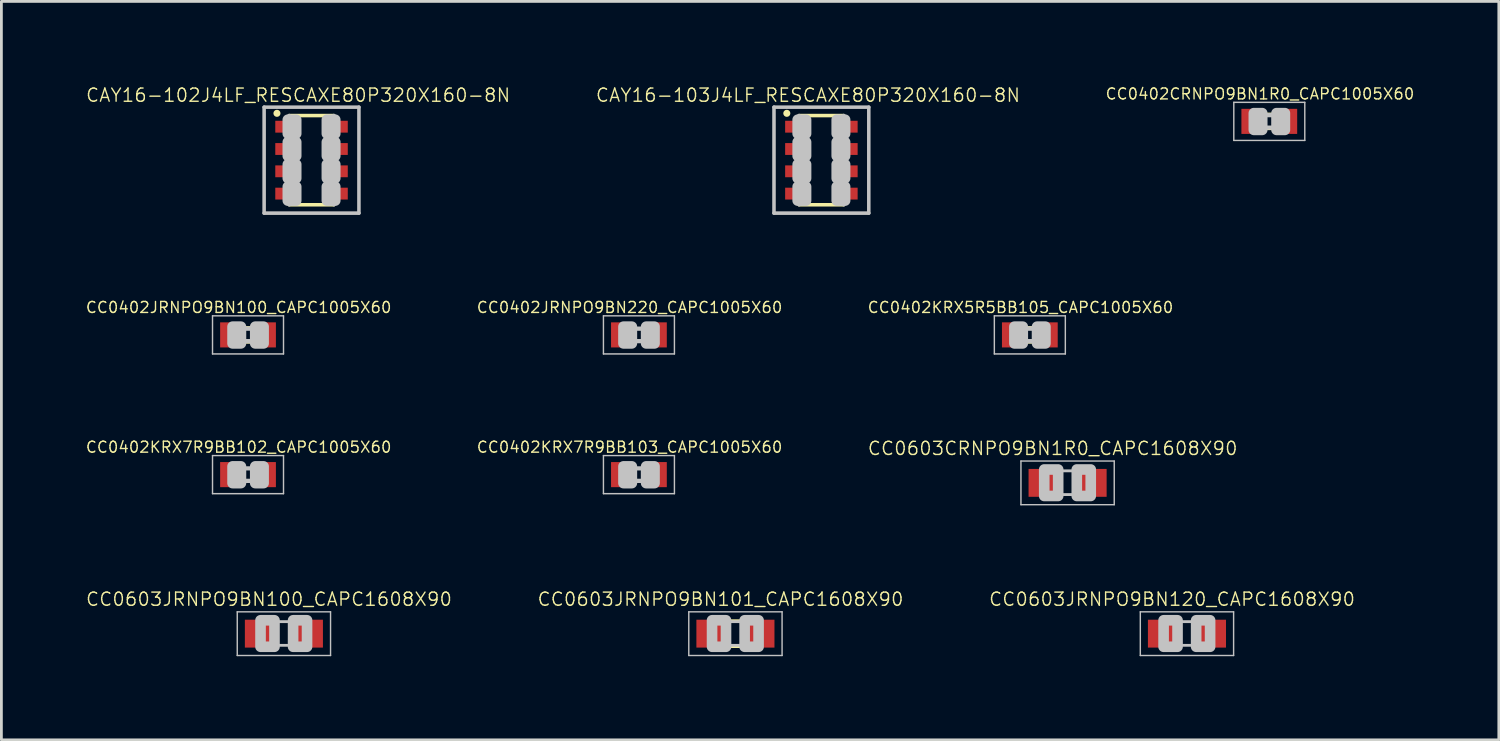
<source format=kicad_pcb>
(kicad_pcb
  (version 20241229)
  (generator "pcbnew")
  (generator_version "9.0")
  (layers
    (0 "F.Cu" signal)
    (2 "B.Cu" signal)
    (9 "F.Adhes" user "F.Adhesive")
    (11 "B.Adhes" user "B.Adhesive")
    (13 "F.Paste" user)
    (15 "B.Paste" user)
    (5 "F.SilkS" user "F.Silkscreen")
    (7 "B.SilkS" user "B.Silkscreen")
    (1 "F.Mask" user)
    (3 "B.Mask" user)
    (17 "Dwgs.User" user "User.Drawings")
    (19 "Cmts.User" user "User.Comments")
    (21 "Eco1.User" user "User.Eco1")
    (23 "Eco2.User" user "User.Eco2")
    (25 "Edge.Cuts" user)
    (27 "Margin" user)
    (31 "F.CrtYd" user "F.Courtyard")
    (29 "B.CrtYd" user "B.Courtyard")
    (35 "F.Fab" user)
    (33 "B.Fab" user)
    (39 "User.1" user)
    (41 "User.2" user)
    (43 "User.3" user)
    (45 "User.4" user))
  (footprint "CC0402CRNPO9BN1R0_CAPC1005X60"
    (layer "F.Cu")
    (at 42.473 1.303)
    (property "Reference" "CC0402CRNPO9BN1R0_CAPC1005X60" (at -0.335 -0.985 0) (layer "F.SilkS") (effects (font (size 0.394 0.394) (thickness 0.05))))
    (attr smd)
    (fp_line (start -0.15 -0.25) (end 0.15 -0.25) (stroke (width 0.127) (type solid)) (layer "F.SilkS"))
    (fp_line (start -0.15 0.25) (end 0.15 0.25) (stroke (width 0.127) (type solid)) (layer "F.SilkS"))
    (fp_line (start -1.273 -0.683) (end 1.273 -0.683) (stroke (width 0.051) (type solid)) (layer "Dwgs.User"))
    (fp_line (start -1.273 0.683) (end -1.273 -0.683) (stroke (width 0.051) (type solid)) (layer "Dwgs.User"))
    (fp_line (start -0.245 -0.224) (end 0.245 -0.224) (stroke (width 0.152) (type solid)) (layer "Dwgs.User"))
    (fp_line (start 0.245 0.224) (end -0.245 0.224) (stroke (width 0.152) (type solid)) (layer "Dwgs.User"))
    (fp_line (start 1.273 -0.683) (end 1.273 0.683) (stroke (width 0.051) (type solid)) (layer "Dwgs.User"))
    (fp_line (start 1.273 0.683) (end -1.273 0.683) (stroke (width 0.051) (type solid)) (layer "Dwgs.User"))
    (fp_poly (pts (xy -0.554 -0.295) (xy -0.254 -0.295) (xy -0.254 0.305) (xy -0.554 0.305)) (stroke (width 0.381) (type solid)) (fill no) (layer "Dwgs.User"))
    (fp_poly (pts (xy 0.259 -0.295) (xy 0.559 -0.295) (xy 0.559 0.305) (xy 0.259 0.305)) (stroke (width 0.381) (type solid)) (fill no) (layer "Dwgs.User"))
    (pad "1" smd rect (at -0.65 0) (size 0.7 0.9) (layers "F.Cu" "F.Mask" "F.Paste"))
    (pad "2" smd rect (at 0.65 0) (size 0.7 0.9) (layers "F.Cu" "F.Mask" "F.Paste")))
  (footprint "CC0603JRNPO9BN101_CAPC1608X90"
    (layer "F.Cu")
    (at 23.326 19.676)
    (property "Reference" "CC0603JRNPO9BN101_CAPC1608X90" (at -0.535 -1.235 0) (layer "F.SilkS") (effects (font (size 0.472 0.472) (thickness 0.05))))
    (attr smd)
    (fp_line (start -0.15 -0.45) (end 0.15 -0.45) (stroke (width 0.127) (type solid)) (layer "F.SilkS"))
    (fp_line (start -0.15 0.45) (end 0.15 0.45) (stroke (width 0.127) (type solid)) (layer "F.SilkS"))
    (fp_line (start -1.673 -0.783) (end 1.673 -0.783) (stroke (width 0.051) (type solid)) (layer "Dwgs.User"))
    (fp_line (start -1.673 0.783) (end -1.673 -0.783) (stroke (width 0.051) (type solid)) (layer "Dwgs.User"))
    (fp_line (start -0.356 -0.432) (end 0.356 -0.432) (stroke (width 0.102) (type solid)) (layer "Dwgs.User"))
    (fp_line (start -0.356 0.419) (end 0.356 0.419) (stroke (width 0.102) (type solid)) (layer "Dwgs.User"))
    (fp_line (start 1.673 -0.783) (end 1.673 0.783) (stroke (width 0.051) (type solid)) (layer "Dwgs.User"))
    (fp_line (start 1.673 0.783) (end -1.673 0.783) (stroke (width 0.051) (type solid)) (layer "Dwgs.User"))
    (fp_poly (pts (xy -0.838 -0.48) (xy -0.338 -0.48) (xy -0.338 0.47) (xy -0.838 0.47)) (stroke (width 0.381) (type solid)) (fill no) (layer "Dwgs.User"))
    (fp_poly (pts (xy 0.33 -0.48) (xy 0.83 -0.48) (xy 0.83 0.47) (xy 0.33 0.47)) (stroke (width 0.381) (type solid)) (fill no) (layer "Dwgs.User"))
    (pad "1" smd rect (at -0.85 0) (size 1.1 1) (layers "F.Cu" "F.Mask" "F.Paste"))
    (pad "2" smd rect (at 0.85 0) (size 1.1 1) (layers "F.Cu" "F.Mask" "F.Paste")))
  (footprint "CC0603CRNPO9BN1R0_CAPC1608X90"
    (layer "F.Cu")
    (at 35.239 14.268)
    (property "Reference" "CC0603CRNPO9BN1R0_CAPC1608X90" (at -0.535 -1.235 0) (layer "F.SilkS") (effects (font (size 0.472 0.472) (thickness 0.05))))
    (attr smd)
    (fp_line (start -1.673 -0.783) (end 1.673 -0.783) (stroke (width 0.051) (type solid)) (layer "Dwgs.User"))
    (fp_line (start -1.673 0.783) (end -1.673 -0.783) (stroke (width 0.051) (type solid)) (layer "Dwgs.User"))
    (fp_line (start -0.356 -0.432) (end 0.356 -0.432) (stroke (width 0.102) (type solid)) (layer "Dwgs.User"))
    (fp_line (start -0.356 0.419) (end 0.356 0.419) (stroke (width 0.102) (type solid)) (layer "Dwgs.User"))
    (fp_line (start 1.673 -0.783) (end 1.673 0.783) (stroke (width 0.051) (type solid)) (layer "Dwgs.User"))
    (fp_line (start 1.673 0.783) (end -1.673 0.783) (stroke (width 0.051) (type solid)) (layer "Dwgs.User"))
    (fp_poly (pts (xy -0.838 -0.48) (xy -0.338 -0.48) (xy -0.338 0.47) (xy -0.838 0.47)) (stroke (width 0.381) (type solid)) (fill no) (layer "Dwgs.User"))
    (fp_poly (pts (xy 0.33 -0.48) (xy 0.83 -0.48) (xy 0.83 0.47) (xy 0.33 0.47)) (stroke (width 0.381) (type solid)) (fill no) (layer "Dwgs.User"))
    (pad "1" smd rect (at -0.85 0) (size 1.1 1) (layers "F.Cu" "F.Mask" "F.Paste"))
    (pad "2" smd rect (at 0.85 0) (size 1.1 1) (layers "F.Cu" "F.Mask" "F.Paste")))
  (footprint "CC0402KRX7R9BB102_CAPC1005X60"
    (layer "F.Cu")
    (at 5.845 13.972)
    (property "Reference" "CC0402KRX7R9BB102_CAPC1005X60" (at -0.335 -0.985 0) (layer "F.SilkS") (effects (font (size 0.394 0.394) (thickness 0.05))))
    (attr smd)
    (fp_line (start -1.273 -0.683) (end 1.273 -0.683) (stroke (width 0.051) (type solid)) (layer "Dwgs.User"))
    (fp_line (start -1.273 0.683) (end -1.273 -0.683) (stroke (width 0.051) (type solid)) (layer "Dwgs.User"))
    (fp_line (start -0.245 -0.224) (end 0.245 -0.224) (stroke (width 0.152) (type solid)) (layer "Dwgs.User"))
    (fp_line (start 0.245 0.224) (end -0.245 0.224) (stroke (width 0.152) (type solid)) (layer "Dwgs.User"))
    (fp_line (start 1.273 -0.683) (end 1.273 0.683) (stroke (width 0.051) (type solid)) (layer "Dwgs.User"))
    (fp_line (start 1.273 0.683) (end -1.273 0.683) (stroke (width 0.051) (type solid)) (layer "Dwgs.User"))
    (fp_poly (pts (xy -0.554 -0.295) (xy -0.254 -0.295) (xy -0.254 0.305) (xy -0.554 0.305)) (stroke (width 0.381) (type solid)) (fill no) (layer "Dwgs.User"))
    (fp_poly (pts (xy 0.259 -0.295) (xy 0.559 -0.295) (xy 0.559 0.305) (xy 0.259 0.305)) (stroke (width 0.381) (type solid)) (fill no) (layer "Dwgs.User"))
    (pad "1" smd rect (at -0.65 0) (size 0.7 0.9) (layers "F.Cu" "F.Mask" "F.Paste"))
    (pad "2" smd rect (at 0.65 0) (size 0.7 0.9) (layers "F.Cu" "F.Mask" "F.Paste")))
  (footprint "CC0402JRNPO9BN220_CAPC1005X60"
    (layer "F.Cu")
    (at 19.865 8.961)
    (property "Reference" "CC0402JRNPO9BN220_CAPC1005X60" (at -0.335 -0.985 0) (layer "F.SilkS") (effects (font (size 0.394 0.394) (thickness 0.05))))
    (attr smd)
    (fp_line (start -1.273 -0.683) (end 1.273 -0.683) (stroke (width 0.051) (type solid)) (layer "Dwgs.User"))
    (fp_line (start -1.273 0.683) (end -1.273 -0.683) (stroke (width 0.051) (type solid)) (layer "Dwgs.User"))
    (fp_line (start -0.245 -0.224) (end 0.245 -0.224) (stroke (width 0.152) (type solid)) (layer "Dwgs.User"))
    (fp_line (start 0.245 0.224) (end -0.245 0.224) (stroke (width 0.152) (type solid)) (layer "Dwgs.User"))
    (fp_line (start 1.273 -0.683) (end 1.273 0.683) (stroke (width 0.051) (type solid)) (layer "Dwgs.User"))
    (fp_line (start 1.273 0.683) (end -1.273 0.683) (stroke (width 0.051) (type solid)) (layer "Dwgs.User"))
    (fp_poly (pts (xy -0.554 -0.295) (xy -0.254 -0.295) (xy -0.254 0.305) (xy -0.554 0.305)) (stroke (width 0.381) (type solid)) (fill no) (layer "Dwgs.User"))
    (fp_poly (pts (xy 0.259 -0.295) (xy 0.559 -0.295) (xy 0.559 0.305) (xy 0.259 0.305)) (stroke (width 0.381) (type solid)) (fill no) (layer "Dwgs.User"))
    (pad "1" smd rect (at -0.65 0) (size 0.7 0.9) (layers "F.Cu" "F.Mask" "F.Paste"))
    (pad "2" smd rect (at 0.65 0) (size 0.7 0.9) (layers "F.Cu" "F.Mask" "F.Paste")))
  (footprint "CC0402KRX5R5BB105_CAPC1005X60"
    (layer "F.Cu")
    (at 33.885 8.961)
    (property "Reference" "CC0402KRX5R5BB105_CAPC1005X60" (at -0.335 -0.985 0) (layer "F.SilkS") (effects (font (size 0.394 0.394) (thickness 0.05))))
    (attr smd)
    (fp_line (start -0.15 -0.25) (end 0.15 -0.25) (stroke (width 0.127) (type solid)) (layer "F.SilkS"))
    (fp_line (start -0.15 0.25) (end 0.15 0.25) (stroke (width 0.127) (type solid)) (layer "F.SilkS"))
    (fp_line (start -1.273 -0.683) (end 1.273 -0.683) (stroke (width 0.051) (type solid)) (layer "Dwgs.User"))
    (fp_line (start -1.273 0.683) (end -1.273 -0.683) (stroke (width 0.051) (type solid)) (layer "Dwgs.User"))
    (fp_line (start -0.245 -0.224) (end 0.245 -0.224) (stroke (width 0.152) (type solid)) (layer "Dwgs.User"))
    (fp_line (start 0.245 0.224) (end -0.245 0.224) (stroke (width 0.152) (type solid)) (layer "Dwgs.User"))
    (fp_line (start 1.273 -0.683) (end 1.273 0.683) (stroke (width 0.051) (type solid)) (layer "Dwgs.User"))
    (fp_line (start 1.273 0.683) (end -1.273 0.683) (stroke (width 0.051) (type solid)) (layer "Dwgs.User"))
    (fp_poly (pts (xy -0.554 -0.295) (xy -0.254 -0.295) (xy -0.254 0.305) (xy -0.554 0.305)) (stroke (width 0.381) (type solid)) (fill no) (layer "Dwgs.User"))
    (fp_poly (pts (xy 0.259 -0.295) (xy 0.559 -0.295) (xy 0.559 0.305) (xy 0.259 0.305)) (stroke (width 0.381) (type solid)) (fill no) (layer "Dwgs.User"))
    (pad "1" smd rect (at -0.65 0) (size 0.7 0.9) (layers "F.Cu" "F.Mask" "F.Paste"))
    (pad "2" smd rect (at 0.65 0) (size 0.7 0.9) (layers "F.Cu" "F.Mask" "F.Paste")))
  (footprint "CC0402JRNPO9BN100_CAPC1005X60"
    (layer "F.Cu")
    (at 5.845 8.961)
    (property "Reference" "CC0402JRNPO9BN100_CAPC1005X60" (at -0.335 -0.985 0) (layer "F.SilkS") (effects (font (size 0.394 0.394) (thickness 0.05))))
    (attr smd)
    (fp_line (start -0.15 -0.25) (end 0.15 -0.25) (stroke (width 0.127) (type solid)) (layer "F.SilkS"))
    (fp_line (start -0.15 0.25) (end 0.15 0.25) (stroke (width 0.127) (type solid)) (layer "F.SilkS"))
    (fp_line (start -1.273 -0.683) (end 1.273 -0.683) (stroke (width 0.051) (type solid)) (layer "Dwgs.User"))
    (fp_line (start -1.273 0.683) (end -1.273 -0.683) (stroke (width 0.051) (type solid)) (layer "Dwgs.User"))
    (fp_line (start -0.245 -0.224) (end 0.245 -0.224) (stroke (width 0.152) (type solid)) (layer "Dwgs.User"))
    (fp_line (start 0.245 0.224) (end -0.245 0.224) (stroke (width 0.152) (type solid)) (layer "Dwgs.User"))
    (fp_line (start 1.273 -0.683) (end 1.273 0.683) (stroke (width 0.051) (type solid)) (layer "Dwgs.User"))
    (fp_line (start 1.273 0.683) (end -1.273 0.683) (stroke (width 0.051) (type solid)) (layer "Dwgs.User"))
    (fp_poly (pts (xy -0.554 -0.295) (xy -0.254 -0.295) (xy -0.254 0.305) (xy -0.554 0.305)) (stroke (width 0.381) (type solid)) (fill no) (layer "Dwgs.User"))
    (fp_poly (pts (xy 0.259 -0.295) (xy 0.559 -0.295) (xy 0.559 0.305) (xy 0.259 0.305)) (stroke (width 0.381) (type solid)) (fill no) (layer "Dwgs.User"))
    (pad "1" smd rect (at -0.65 0) (size 0.7 0.9) (layers "F.Cu" "F.Mask" "F.Paste"))
    (pad "2" smd rect (at 0.65 0) (size 0.7 0.9) (layers "F.Cu" "F.Mask" "F.Paste")))
  (footprint "CC0603JRNPO9BN120_CAPC1608X90"
    (layer "F.Cu")
    (at 39.52 19.676)
    (property "Reference" "CC0603JRNPO9BN120_CAPC1608X90" (at -0.535 -1.235 0) (layer "F.SilkS") (effects (font (size 0.472 0.472) (thickness 0.05))))
    (attr smd)
    (fp_line (start -1.673 -0.783) (end 1.673 -0.783) (stroke (width 0.051) (type solid)) (layer "Dwgs.User"))
    (fp_line (start -1.673 0.783) (end -1.673 -0.783) (stroke (width 0.051) (type solid)) (layer "Dwgs.User"))
    (fp_line (start -0.356 -0.432) (end 0.356 -0.432) (stroke (width 0.102) (type solid)) (layer "Dwgs.User"))
    (fp_line (start -0.356 0.419) (end 0.356 0.419) (stroke (width 0.102) (type solid)) (layer "Dwgs.User"))
    (fp_line (start 1.673 -0.783) (end 1.673 0.783) (stroke (width 0.051) (type solid)) (layer "Dwgs.User"))
    (fp_line (start 1.673 0.783) (end -1.673 0.783) (stroke (width 0.051) (type solid)) (layer "Dwgs.User"))
    (fp_poly (pts (xy -0.838 -0.48) (xy -0.338 -0.48) (xy -0.338 0.47) (xy -0.838 0.47)) (stroke (width 0.381) (type solid)) (fill no) (layer "Dwgs.User"))
    (fp_poly (pts (xy 0.33 -0.48) (xy 0.83 -0.48) (xy 0.83 0.47) (xy 0.33 0.47)) (stroke (width 0.381) (type solid)) (fill no) (layer "Dwgs.User"))
    (pad "1" smd rect (at -0.85 0) (size 1.1 1) (layers "F.Cu" "F.Mask" "F.Paste"))
    (pad "2" smd rect (at 0.85 0) (size 1.1 1) (layers "F.Cu" "F.Mask" "F.Paste")))
  (footprint "CAY16-102J4LF_RESCAXE80P320X160-8N"
    (layer "F.Cu")
    (at 8.123 2.694)
    (property "Reference" "CAY16-102J4LF_RESCAXE80P320X160-8N" (at -0.48 -2.33 0) (layer "F.SilkS") (effects (font (size 0.472 0.472) (thickness 0.05))))
    (attr smd)
    (fp_line (start -0.8 -1.6) (end 0.8 -1.6) (stroke (width 0.127) (type solid)) (layer "F.SilkS"))
    (fp_line (start -0.8 1.6) (end 0.8 1.6) (stroke (width 0.127) (type solid)) (layer "F.SilkS"))
    (fp_circle (center -1.24 -1.68) (end -1.113 -1.68) (stroke (width 0) (type solid)) (fill yes) (layer "F.SilkS"))
    (fp_line (start -1.7 -1.9) (end -1.7 1.9) (stroke (width 0.127) (type solid)) (layer "Dwgs.User"))
    (fp_line (start -1.7 1.9) (end 1.7 1.9) (stroke (width 0.127) (type solid)) (layer "Dwgs.User"))
    (fp_line (start -0.8 -1.6) (end -0.8 1.6) (stroke (width 0.127) (type solid)) (layer "Dwgs.User"))
    (fp_line (start 0.8 -1.6) (end 0.8 1.6) (stroke (width 0.127) (type solid)) (layer "Dwgs.User"))
    (fp_line (start 1.7 -1.9) (end -1.7 -1.9) (stroke (width 0.127) (type solid)) (layer "Dwgs.User"))
    (fp_line (start 1.7 1.9) (end 1.7 -1.9) (stroke (width 0.127) (type solid)) (layer "Dwgs.User"))
    (fp_poly (pts (xy -0.55 -1.45) (xy -0.55 -0.95) (xy -0.85 -0.95) (xy -0.85 -1.45)) (stroke (width 0.381) (type solid)) (fill no) (layer "Dwgs.User"))
    (fp_poly (pts (xy -0.55 -0.65) (xy -0.55 -0.15) (xy -0.85 -0.15) (xy -0.85 -0.65)) (stroke (width 0.381) (type solid)) (fill no) (layer "Dwgs.User"))
    (fp_poly (pts (xy -0.55 0.15) (xy -0.55 0.65) (xy -0.85 0.65) (xy -0.85 0.15)) (stroke (width 0.381) (type solid)) (fill no) (layer "Dwgs.User"))
    (fp_poly (pts (xy -0.55 0.95) (xy -0.55 1.45) (xy -0.85 1.45) (xy -0.85 0.95)) (stroke (width 0.381) (type solid)) (fill no) (layer "Dwgs.User"))
    (fp_poly (pts (xy 0.55 -0.95) (xy 0.55 -1.45) (xy 0.85 -1.45) (xy 0.85 -0.95)) (stroke (width 0.381) (type solid)) (fill no) (layer "Dwgs.User"))
    (fp_poly (pts (xy 0.55 -0.15) (xy 0.55 -0.65) (xy 0.85 -0.65) (xy 0.85 -0.15)) (stroke (width 0.381) (type solid)) (fill no) (layer "Dwgs.User"))
    (fp_poly (pts (xy 0.55 0.65) (xy 0.55 0.15) (xy 0.85 0.15) (xy 0.85 0.65)) (stroke (width 0.381) (type solid)) (fill no) (layer "Dwgs.User"))
    (fp_poly (pts (xy 0.55 1.45) (xy 0.55 0.95) (xy 0.85 0.95) (xy 0.85 1.45)) (stroke (width 0.381) (type solid)) (fill no) (layer "Dwgs.User"))
    (pad "1" smd rect (at -0.85 -1.2 270) (size 0.425 0.9) (layers "F.Cu" "F.Mask" "F.Paste"))
    (pad "2" smd rect (at -0.85 -0.4 270) (size 0.425 0.9) (layers "F.Cu" "F.Mask" "F.Paste"))
    (pad "3" smd rect (at -0.85 0.4 270) (size 0.425 0.9) (layers "F.Cu" "F.Mask" "F.Paste"))
    (pad "4" smd rect (at -0.85 1.2 270) (size 0.425 0.9) (layers "F.Cu" "F.Mask" "F.Paste"))
    (pad "5" smd rect (at 0.85 1.2 90) (size 0.425 0.9) (layers "F.Cu" "F.Mask" "F.Paste"))
    (pad "6" smd rect (at 0.85 0.4 90) (size 0.425 0.9) (layers "F.Cu" "F.Mask" "F.Paste"))
    (pad "7" smd rect (at 0.85 -0.4 90) (size 0.425 0.9) (layers "F.Cu" "F.Mask" "F.Paste"))
    (pad "8" smd rect (at 0.85 -1.2 90) (size 0.425 0.9) (layers "F.Cu" "F.Mask" "F.Paste")))
  (footprint "CAY16-103J4LF_RESCAXE80P320X160-8N"
    (layer "F.Cu")
    (at 26.409 2.694)
    (property "Reference" "CAY16-103J4LF_RESCAXE80P320X160-8N" (at -0.48 -2.33 0) (layer "F.SilkS") (effects (font (size 0.472 0.472) (thickness 0.05))))
    (attr smd)
    (fp_line (start -0.8 -1.6) (end 0.8 -1.6) (stroke (width 0.127) (type solid)) (layer "F.SilkS"))
    (fp_line (start -0.8 1.6) (end 0.8 1.6) (stroke (width 0.127) (type solid)) (layer "F.SilkS"))
    (fp_circle (center -1.24 -1.68) (end -1.113 -1.68) (stroke (width 0) (type solid)) (fill yes) (layer "F.SilkS"))
    (fp_line (start -1.7 -1.9) (end -1.7 1.9) (stroke (width 0.127) (type solid)) (layer "Dwgs.User"))
    (fp_line (start -1.7 1.9) (end 1.7 1.9) (stroke (width 0.127) (type solid)) (layer "Dwgs.User"))
    (fp_line (start -0.8 -1.6) (end -0.8 1.6) (stroke (width 0.127) (type solid)) (layer "Dwgs.User"))
    (fp_line (start 0.8 -1.6) (end 0.8 1.6) (stroke (width 0.127) (type solid)) (layer "Dwgs.User"))
    (fp_line (start 1.7 -1.9) (end -1.7 -1.9) (stroke (width 0.127) (type solid)) (layer "Dwgs.User"))
    (fp_line (start 1.7 1.9) (end 1.7 -1.9) (stroke (width 0.127) (type solid)) (layer "Dwgs.User"))
    (fp_poly (pts (xy -0.55 -1.45) (xy -0.55 -0.95) (xy -0.85 -0.95) (xy -0.85 -1.45)) (stroke (width 0.381) (type solid)) (fill no) (layer "Dwgs.User"))
    (fp_poly (pts (xy -0.55 -0.65) (xy -0.55 -0.15) (xy -0.85 -0.15) (xy -0.85 -0.65)) (stroke (width 0.381) (type solid)) (fill no) (layer "Dwgs.User"))
    (fp_poly (pts (xy -0.55 0.15) (xy -0.55 0.65) (xy -0.85 0.65) (xy -0.85 0.15)) (stroke (width 0.381) (type solid)) (fill no) (layer "Dwgs.User"))
    (fp_poly (pts (xy -0.55 0.95) (xy -0.55 1.45) (xy -0.85 1.45) (xy -0.85 0.95)) (stroke (width 0.381) (type solid)) (fill no) (layer "Dwgs.User"))
    (fp_poly (pts (xy 0.55 -0.95) (xy 0.55 -1.45) (xy 0.85 -1.45) (xy 0.85 -0.95)) (stroke (width 0.381) (type solid)) (fill no) (layer "Dwgs.User"))
    (fp_poly (pts (xy 0.55 -0.15) (xy 0.55 -0.65) (xy 0.85 -0.65) (xy 0.85 -0.15)) (stroke (width 0.381) (type solid)) (fill no) (layer "Dwgs.User"))
    (fp_poly (pts (xy 0.55 0.65) (xy 0.55 0.15) (xy 0.85 0.15) (xy 0.85 0.65)) (stroke (width 0.381) (type solid)) (fill no) (layer "Dwgs.User"))
    (fp_poly (pts (xy 0.55 1.45) (xy 0.55 0.95) (xy 0.85 0.95) (xy 0.85 1.45)) (stroke (width 0.381) (type solid)) (fill no) (layer "Dwgs.User"))
    (pad "1" smd rect (at -0.85 -1.2 270) (size 0.425 0.9) (layers "F.Cu" "F.Mask" "F.Paste"))
    (pad "2" smd rect (at -0.85 -0.4 270) (size 0.425 0.9) (layers "F.Cu" "F.Mask" "F.Paste"))
    (pad "3" smd rect (at -0.85 0.4 270) (size 0.425 0.9) (layers "F.Cu" "F.Mask" "F.Paste"))
    (pad "4" smd rect (at -0.85 1.2 270) (size 0.425 0.9) (layers "F.Cu" "F.Mask" "F.Paste"))
    (pad "5" smd rect (at 0.85 1.2 90) (size 0.425 0.9) (layers "F.Cu" "F.Mask" "F.Paste"))
    (pad "6" smd rect (at 0.85 0.4 90) (size 0.425 0.9) (layers "F.Cu" "F.Mask" "F.Paste"))
    (pad "7" smd rect (at 0.85 -0.4 90) (size 0.425 0.9) (layers "F.Cu" "F.Mask" "F.Paste"))
    (pad "8" smd rect (at 0.85 -1.2 90) (size 0.425 0.9) (layers "F.Cu" "F.Mask" "F.Paste")))
  (footprint "CC0402KRX7R9BB103_CAPC1005X60"
    (layer "F.Cu")
    (at 19.865 13.972)
    (property "Reference" "CC0402KRX7R9BB103_CAPC1005X60" (at -0.335 -0.985 0) (layer "F.SilkS") (effects (font (size 0.394 0.394) (thickness 0.05))))
    (attr smd)
    (fp_line (start -1.273 -0.683) (end 1.273 -0.683) (stroke (width 0.051) (type solid)) (layer "Dwgs.User"))
    (fp_line (start -1.273 0.683) (end -1.273 -0.683) (stroke (width 0.051) (type solid)) (layer "Dwgs.User"))
    (fp_line (start -0.245 -0.224) (end 0.245 -0.224) (stroke (width 0.152) (type solid)) (layer "Dwgs.User"))
    (fp_line (start 0.245 0.224) (end -0.245 0.224) (stroke (width 0.152) (type solid)) (layer "Dwgs.User"))
    (fp_line (start 1.273 -0.683) (end 1.273 0.683) (stroke (width 0.051) (type solid)) (layer "Dwgs.User"))
    (fp_line (start 1.273 0.683) (end -1.273 0.683) (stroke (width 0.051) (type solid)) (layer "Dwgs.User"))
    (fp_poly (pts (xy -0.554 -0.295) (xy -0.254 -0.295) (xy -0.254 0.305) (xy -0.554 0.305)) (stroke (width 0.381) (type solid)) (fill no) (layer "Dwgs.User"))
    (fp_poly (pts (xy 0.259 -0.295) (xy 0.559 -0.295) (xy 0.559 0.305) (xy 0.259 0.305)) (stroke (width 0.381) (type solid)) (fill no) (layer "Dwgs.User"))
    (pad "1" smd rect (at -0.65 0) (size 0.7 0.9) (layers "F.Cu" "F.Mask" "F.Paste"))
    (pad "2" smd rect (at 0.65 0) (size 0.7 0.9) (layers "F.Cu" "F.Mask" "F.Paste")))
  (footprint "CC0603JRNPO9BN100_CAPC1608X90"
    (layer "F.Cu")
    (at 7.132 19.676)
    (property "Reference" "CC0603JRNPO9BN100_CAPC1608X90" (at -0.535 -1.235 0) (layer "F.SilkS") (effects (font (size 0.472 0.472) (thickness 0.05))))
    (attr smd)
    (fp_line (start -1.673 -0.783) (end 1.673 -0.783) (stroke (width 0.051) (type solid)) (layer "Dwgs.User"))
    (fp_line (start -1.673 0.783) (end -1.673 -0.783) (stroke (width 0.051) (type solid)) (layer "Dwgs.User"))
    (fp_line (start -0.356 -0.432) (end 0.356 -0.432) (stroke (width 0.102) (type solid)) (layer "Dwgs.User"))
    (fp_line (start -0.356 0.419) (end 0.356 0.419) (stroke (width 0.102) (type solid)) (layer "Dwgs.User"))
    (fp_line (start 1.673 -0.783) (end 1.673 0.783) (stroke (width 0.051) (type solid)) (layer "Dwgs.User"))
    (fp_line (start 1.673 0.783) (end -1.673 0.783) (stroke (width 0.051) (type solid)) (layer "Dwgs.User"))
    (fp_poly (pts (xy -0.838 -0.48) (xy -0.338 -0.48) (xy -0.338 0.47) (xy -0.838 0.47)) (stroke (width 0.381) (type solid)) (fill no) (layer "Dwgs.User"))
    (fp_poly (pts (xy 0.33 -0.48) (xy 0.83 -0.48) (xy 0.83 0.47) (xy 0.33 0.47)) (stroke (width 0.381) (type solid)) (fill no) (layer "Dwgs.User"))
    (pad "1" smd rect (at -0.85 0) (size 1.1 1) (layers "F.Cu" "F.Mask" "F.Paste"))
    (pad "2" smd rect (at 0.85 0) (size 1.1 1) (layers "F.Cu" "F.Mask" "F.Paste")))
  (gr_rect
    (start -3 -3)
    (end 50.705 23.484)
    (stroke (width 0.1) (type default))
    (fill no)
    (layer "Edge.Cuts")))
</source>
